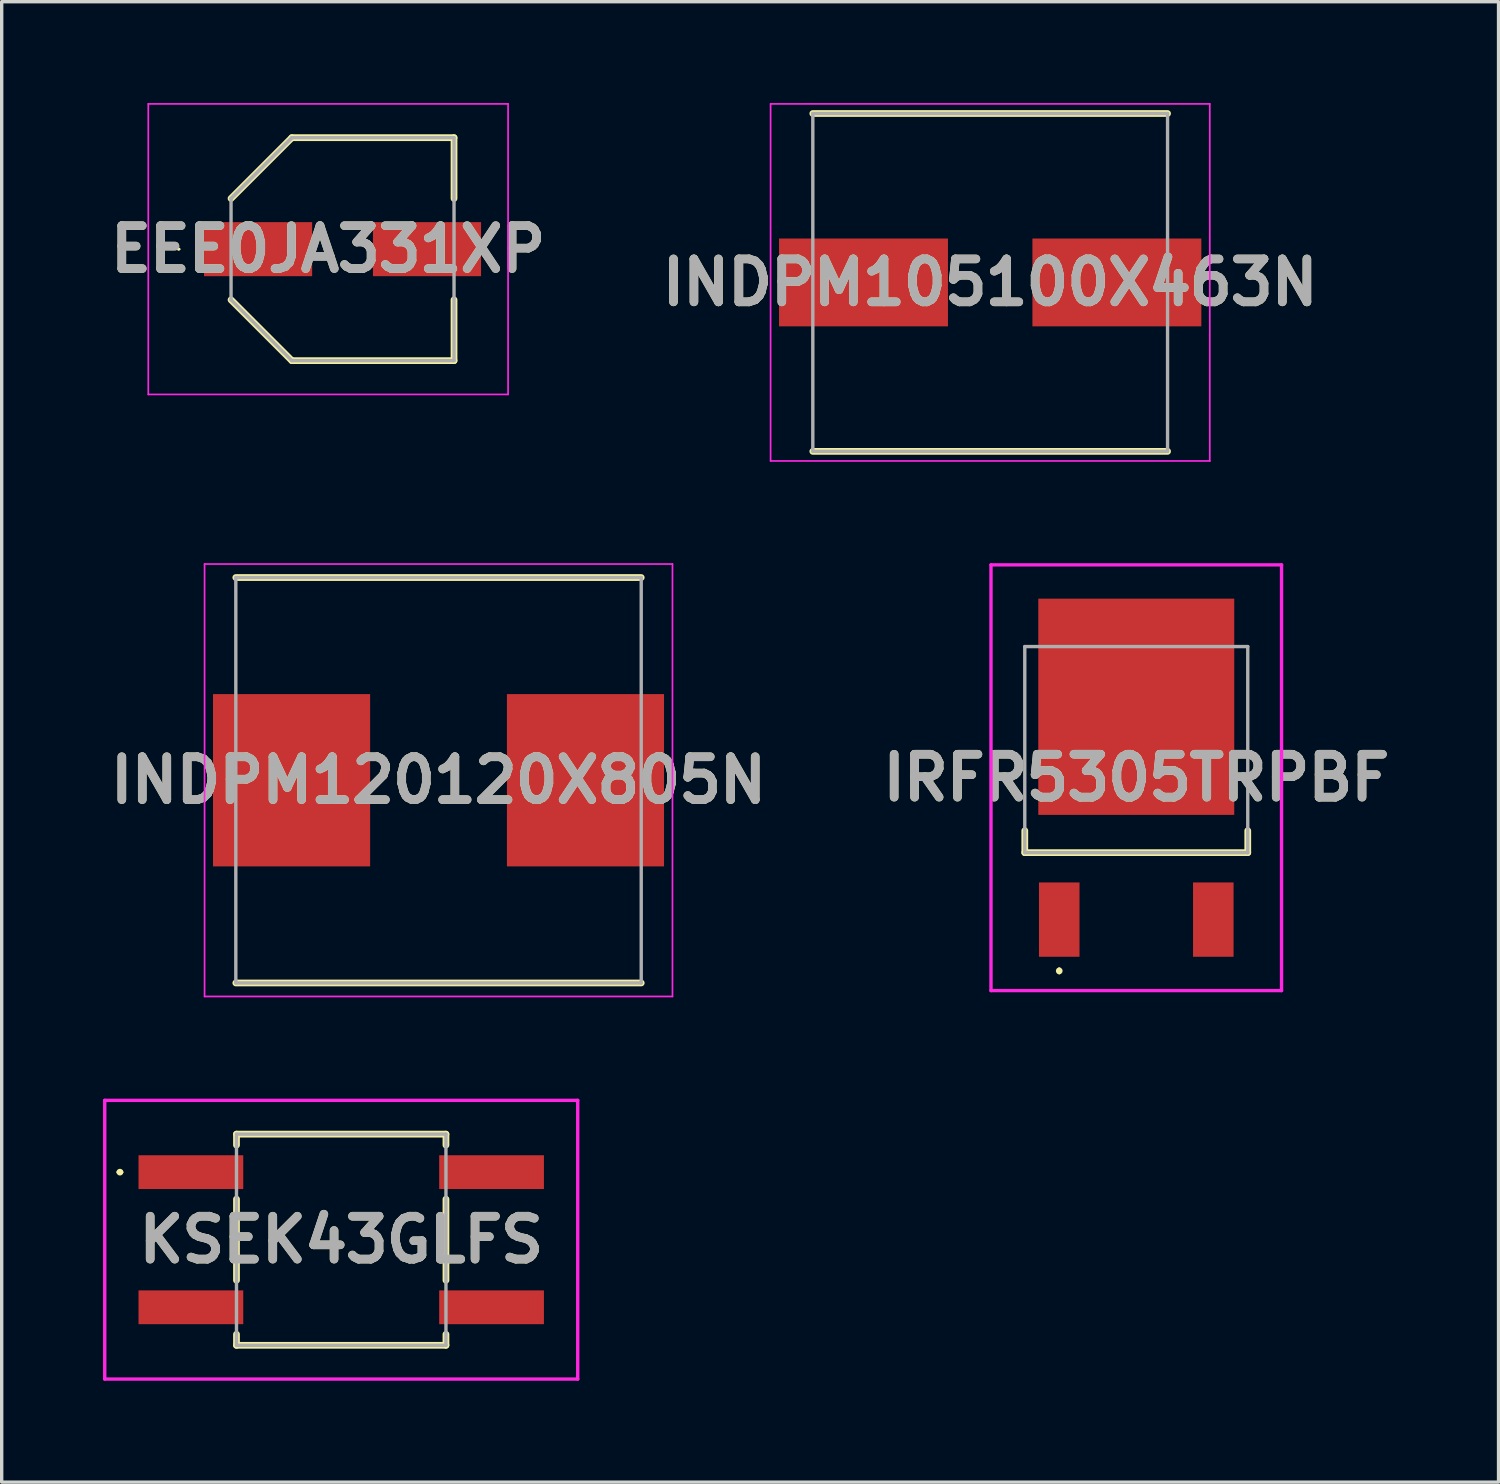
<source format=kicad_pcb>
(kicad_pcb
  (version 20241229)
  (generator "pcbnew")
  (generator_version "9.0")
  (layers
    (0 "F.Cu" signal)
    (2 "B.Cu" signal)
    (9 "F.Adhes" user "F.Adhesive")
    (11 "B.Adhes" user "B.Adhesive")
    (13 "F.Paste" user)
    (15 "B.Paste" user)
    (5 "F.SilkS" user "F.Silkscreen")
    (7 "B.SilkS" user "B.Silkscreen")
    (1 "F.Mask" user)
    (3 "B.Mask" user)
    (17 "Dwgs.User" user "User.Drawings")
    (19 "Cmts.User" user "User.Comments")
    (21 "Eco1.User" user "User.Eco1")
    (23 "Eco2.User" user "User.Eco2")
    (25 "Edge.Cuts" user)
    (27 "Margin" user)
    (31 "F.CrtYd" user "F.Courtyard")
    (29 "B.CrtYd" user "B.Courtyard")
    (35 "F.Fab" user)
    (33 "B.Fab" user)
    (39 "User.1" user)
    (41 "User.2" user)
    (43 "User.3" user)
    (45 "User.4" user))
  (footprint "EEE0JA331XP"
    (layer "F.Cu")
    (at 7.089 4.325)
    (property "Reference" "EEE0JA331XP" (at -0.425 0 0) (layer "F.SilkS") (effects (font (size 1.27 1.27) (thickness 0.254))))
    (attr smd)
    (fp_line (start -4.875 0) (end -4.875 0) (stroke (width 0.05) (type solid)) (layer "F.SilkS"))
    (fp_line (start -4.825 0) (end -4.825 0) (stroke (width 0.05) (type solid)) (layer "F.SilkS"))
    (fp_line (start -3.3 -1.5) (end -1.5 -3.3) (stroke (width 0.2) (type solid)) (layer "F.SilkS"))
    (fp_line (start -3.3 1.5) (end -1.5 3.3) (stroke (width 0.2) (type solid)) (layer "F.SilkS"))
    (fp_line (start -1.5 -3.3) (end 3.3 -3.3) (stroke (width 0.2) (type solid)) (layer "F.SilkS"))
    (fp_line (start -1.5 3.3) (end 3.3 3.3) (stroke (width 0.2) (type solid)) (layer "F.SilkS"))
    (fp_line (start 3.3 -3.3) (end 3.3 -1.5) (stroke (width 0.2) (type solid)) (layer "F.SilkS"))
    (fp_line (start 3.3 3.3) (end 3.3 1.5) (stroke (width 0.2) (type solid)) (layer "F.SilkS"))
    (fp_arc (start -4.875 0) (mid -4.85 -0.025) (end -4.825 0) (stroke (width 0.05) (type solid)) (layer "F.SilkS"))
    (fp_arc (start -4.825 0) (mid -4.85 0.025) (end -4.875 0) (stroke (width 0.05) (type solid)) (layer "F.SilkS"))
    (fp_line (start -5.75 -4.3) (end 4.9 -4.3) (stroke (width 0.05) (type solid)) (layer "F.CrtYd"))
    (fp_line (start -5.75 4.3) (end -5.75 -4.3) (stroke (width 0.05) (type solid)) (layer "F.CrtYd"))
    (fp_line (start 4.9 -4.3) (end 4.9 4.3) (stroke (width 0.05) (type solid)) (layer "F.CrtYd"))
    (fp_line (start 4.9 4.3) (end -5.75 4.3) (stroke (width 0.05) (type solid)) (layer "F.CrtYd"))
    (fp_line (start -3.3 -1.5) (end -1.5 -3.3) (stroke (width 0.1) (type solid)) (layer "F.Fab"))
    (fp_line (start -3.3 -1.5) (end -1.5 -3.3) (stroke (width 0.1) (type solid)) (layer "F.Fab"))
    (fp_line (start -3.3 1.5) (end -3.3 -1.5) (stroke (width 0.1) (type solid)) (layer "F.Fab"))
    (fp_line (start -1.5 -3.3) (end 3.3 -3.3) (stroke (width 0.1) (type solid)) (layer "F.Fab"))
    (fp_line (start -1.5 3.3) (end -3.3 1.5) (stroke (width 0.1) (type solid)) (layer "F.Fab"))
    (fp_line (start 3.3 -3.3) (end 3.3 3.3) (stroke (width 0.1) (type solid)) (layer "F.Fab"))
    (fp_line (start 3.3 3.3) (end -1.5 3.3) (stroke (width 0.1) (type solid)) (layer "F.Fab"))
    (fp_text user "${REFERENCE}" (at -0.425 0 0) (layer "F.Fab") (effects (font (size 1.27 1.27) (thickness 0.254))))
    (pad "1" smd rect (at -2.5 0 90) (size 1.6 3.2) (layers "F.Cu" "F.Mask" "F.Paste"))
    (pad "2" smd rect (at 2.5 0 90) (size 1.6 3.2) (layers "F.Cu" "F.Mask" "F.Paste")))
  (footprint "KSEK43GLFS"
    (layer "F.Cu")
    (at 7.05 33.645)
    (property "Reference" "KSEK43GLFS" (at 0 0 0) (layer "F.SilkS") (effects (font (size 1.27 1.27) (thickness 0.254))))
    (attr smd)
    (fp_line (start -6.6 -2) (end -6.6 -2) (stroke (width 0.1) (type solid)) (layer "F.SilkS"))
    (fp_line (start -6.5 -2) (end -6.5 -2) (stroke (width 0.1) (type solid)) (layer "F.SilkS"))
    (fp_line (start -3.1 -3.125) (end -3.1 -2.8) (stroke (width 0.2) (type solid)) (layer "F.SilkS"))
    (fp_line (start -3.1 -1.2) (end -3.1 1.2) (stroke (width 0.2) (type solid)) (layer "F.SilkS"))
    (fp_line (start -3.1 2.8) (end -3.1 3.125) (stroke (width 0.2) (type solid)) (layer "F.SilkS"))
    (fp_line (start -3.1 3.125) (end 3.1 3.125) (stroke (width 0.2) (type solid)) (layer "F.SilkS"))
    (fp_line (start 3.1 -3.125) (end -3.1 -3.125) (stroke (width 0.2) (type solid)) (layer "F.SilkS"))
    (fp_line (start 3.1 -2.8) (end 3.1 -3.125) (stroke (width 0.2) (type solid)) (layer "F.SilkS"))
    (fp_line (start 3.1 1.2) (end 3.1 -1.2) (stroke (width 0.2) (type solid)) (layer "F.SilkS"))
    (fp_line (start 3.1 3.125) (end 3.1 2.8) (stroke (width 0.2) (type solid)) (layer "F.SilkS"))
    (fp_arc (start -6.6 -2) (mid -6.55 -2.05) (end -6.5 -2) (stroke (width 0.1) (type solid)) (layer "F.SilkS"))
    (fp_arc (start -6.5 -2) (mid -6.55 -1.95) (end -6.6 -2) (stroke (width 0.1) (type solid)) (layer "F.SilkS"))
    (fp_line (start -7 -4.125) (end 7 -4.125) (stroke (width 0.1) (type solid)) (layer "F.CrtYd"))
    (fp_line (start -7 4.125) (end -7 -4.125) (stroke (width 0.1) (type solid)) (layer "F.CrtYd"))
    (fp_line (start 7 -4.125) (end 7 4.125) (stroke (width 0.1) (type solid)) (layer "F.CrtYd"))
    (fp_line (start 7 4.125) (end -7 4.125) (stroke (width 0.1) (type solid)) (layer "F.CrtYd"))
    (fp_line (start -3.1 -3.125) (end 3.1 -3.125) (stroke (width 0.1) (type solid)) (layer "F.Fab"))
    (fp_line (start -3.1 3.125) (end -3.1 -3.125) (stroke (width 0.1) (type solid)) (layer "F.Fab"))
    (fp_line (start 3.1 -3.125) (end 3.1 3.125) (stroke (width 0.1) (type solid)) (layer "F.Fab"))
    (fp_line (start 3.1 3.125) (end -3.1 3.125) (stroke (width 0.1) (type solid)) (layer "F.Fab"))
    (fp_text user "${REFERENCE}" (at 0 0 0) (layer "F.Fab") (effects (font (size 1.27 1.27) (thickness 0.254))))
    (pad "1" smd rect (at -4.45 -2 90) (size 1 3.1) (layers "F.Cu" "F.Mask" "F.Paste"))
    (pad "2" smd rect (at -4.45 2 90) (size 1 3.1) (layers "F.Cu" "F.Mask" "F.Paste"))
    (pad "3" smd rect (at 4.45 2 90) (size 1 3.1) (layers "F.Cu" "F.Mask" "F.Paste"))
    (pad "4" smd rect (at 4.45 -2 90) (size 1 3.1) (layers "F.Cu" "F.Mask" "F.Paste")))
  (footprint "INDPM120120X805N"
    (layer "F.Cu")
    (at 9.93 20.045)
    (property "Reference" "INDPM120120X805N" (at 0 0 0) (layer "F.SilkS") (effects (font (size 1.27 1.27) (thickness 0.254))))
    (attr smd)
    (fp_line (start -6 6) (end 6 6) (stroke (width 0.2) (type solid)) (layer "F.SilkS"))
    (fp_line (start 6 -6) (end -6 -6) (stroke (width 0.2) (type solid)) (layer "F.SilkS"))
    (fp_line (start -6.925 -6.4) (end 6.925 -6.4) (stroke (width 0.05) (type solid)) (layer "F.CrtYd"))
    (fp_line (start -6.925 6.4) (end -6.925 -6.4) (stroke (width 0.05) (type solid)) (layer "F.CrtYd"))
    (fp_line (start 6.925 -6.4) (end 6.925 6.4) (stroke (width 0.05) (type solid)) (layer "F.CrtYd"))
    (fp_line (start 6.925 6.4) (end -6.925 6.4) (stroke (width 0.05) (type solid)) (layer "F.CrtYd"))
    (fp_line (start -6 -6) (end 6 -6) (stroke (width 0.1) (type solid)) (layer "F.Fab"))
    (fp_line (start -6 6) (end -6 -6) (stroke (width 0.1) (type solid)) (layer "F.Fab"))
    (fp_line (start 6 -6) (end 6 6) (stroke (width 0.1) (type solid)) (layer "F.Fab"))
    (fp_line (start 6 6) (end -6 6) (stroke (width 0.1) (type solid)) (layer "F.Fab"))
    (fp_text user "${REFERENCE}" (at 0 0 0) (layer "F.Fab") (effects (font (size 1.27 1.27) (thickness 0.254))))
    (pad "1" smd rect (at -4.35 0) (size 4.65 5.1) (layers "F.Cu" "F.Mask" "F.Paste"))
    (pad "2" smd rect (at 4.35 0) (size 4.65 5.1) (layers "F.Cu" "F.Mask" "F.Paste")))
  (footprint "IRFR5305TRPBF"
    (layer "F.Cu")
    (at 30.583 19.138)
    (property "Reference" "IRFR5305TRPBF" (at 0 0.833 0) (layer "F.SilkS") (effects (font (size 1.27 1.27) (thickness 0.254))))
    (attr smd)
    (fp_line (start -3.3 2.4) (end -3.3 3.05) (stroke (width 0.2) (type solid)) (layer "F.SilkS"))
    (fp_line (start -3.3 3.05) (end 3.3 3.05) (stroke (width 0.2) (type solid)) (layer "F.SilkS"))
    (fp_line (start -2.28 6.5) (end -2.28 6.5) (stroke (width 0.1) (type solid)) (layer "F.SilkS"))
    (fp_line (start -2.28 6.6) (end -2.28 6.6) (stroke (width 0.1) (type solid)) (layer "F.SilkS"))
    (fp_line (start 3.3 3.05) (end 3.3 2.4) (stroke (width 0.2) (type solid)) (layer "F.SilkS"))
    (fp_arc (start -2.28 6.5) (mid -2.23 6.55) (end -2.28 6.6) (stroke (width 0.1) (type solid)) (layer "F.SilkS"))
    (fp_arc (start -2.28 6.6) (mid -2.33 6.55) (end -2.28 6.5) (stroke (width 0.1) (type solid)) (layer "F.SilkS"))
    (fp_line (start -4.3 -5.468) (end 4.3 -5.468) (stroke (width 0.1) (type solid)) (layer "F.CrtYd"))
    (fp_line (start -4.3 7.133) (end -4.3 -5.468) (stroke (width 0.1) (type solid)) (layer "F.CrtYd"))
    (fp_line (start 4.3 -5.468) (end 4.3 7.133) (stroke (width 0.1) (type solid)) (layer "F.CrtYd"))
    (fp_line (start 4.3 7.133) (end -4.3 7.133) (stroke (width 0.1) (type solid)) (layer "F.CrtYd"))
    (fp_line (start -3.3 -3.05) (end -3.3 3.05) (stroke (width 0.1) (type solid)) (layer "F.Fab"))
    (fp_line (start -3.3 3.05) (end 3.3 3.05) (stroke (width 0.1) (type solid)) (layer "F.Fab"))
    (fp_line (start 3.3 -3.05) (end -3.3 -3.05) (stroke (width 0.1) (type solid)) (layer "F.Fab"))
    (fp_line (start 3.3 3.05) (end 3.3 -3.05) (stroke (width 0.1) (type solid)) (layer "F.Fab"))
    (fp_text user "${REFERENCE}" (at 0 0.833 0) (layer "F.Fab") (effects (font (size 1.27 1.27) (thickness 0.254))))
    (pad "1" smd rect (at -2.28 5.032) (size 1.2 2.2) (layers "F.Cu" "F.Mask" "F.Paste"))
    (pad "2" smd rect (at 0 -1.268) (size 5.8 6.4) (layers "F.Cu" "F.Mask" "F.Paste"))
    (pad "3" smd rect (at 2.28 5.032) (size 1.2 2.2) (layers "F.Cu" "F.Mask" "F.Paste")))
  (footprint "INDPM105100X463N"
    (layer "F.Cu")
    (at 26.259 5.31)
    (property "Reference" "INDPM105100X463N" (at 0 0 0) (layer "F.SilkS") (effects (font (size 1.27 1.27) (thickness 0.254))))
    (attr smd)
    (fp_line (start -5.25 5) (end 5.25 5) (stroke (width 0.2) (type solid)) (layer "F.SilkS"))
    (fp_line (start 5.25 -5) (end -5.25 -5) (stroke (width 0.2) (type solid)) (layer "F.SilkS"))
    (fp_line (start -6.5 -5.285) (end 6.5 -5.285) (stroke (width 0.05) (type solid)) (layer "F.CrtYd"))
    (fp_line (start -6.5 5.285) (end -6.5 -5.285) (stroke (width 0.05) (type solid)) (layer "F.CrtYd"))
    (fp_line (start 6.5 -5.285) (end 6.5 5.285) (stroke (width 0.05) (type solid)) (layer "F.CrtYd"))
    (fp_line (start 6.5 5.285) (end -6.5 5.285) (stroke (width 0.05) (type solid)) (layer "F.CrtYd"))
    (fp_line (start -5.25 -5) (end 5.25 -5) (stroke (width 0.1) (type solid)) (layer "F.Fab"))
    (fp_line (start -5.25 5) (end -5.25 -5) (stroke (width 0.1) (type solid)) (layer "F.Fab"))
    (fp_line (start 5.25 -5) (end 5.25 5) (stroke (width 0.1) (type solid)) (layer "F.Fab"))
    (fp_line (start 5.25 5) (end -5.25 5) (stroke (width 0.1) (type solid)) (layer "F.Fab"))
    (fp_text user "${REFERENCE}" (at 0 0 0) (layer "F.Fab") (effects (font (size 1.27 1.27) (thickness 0.254))))
    (pad "1" smd rect (at -3.75 0 90) (size 2.6 5) (layers "F.Cu" "F.Mask" "F.Paste"))
    (pad "2" smd rect (at 3.75 0 90) (size 2.6 5) (layers "F.Cu" "F.Mask" "F.Paste")))
  (gr_rect
    (start -3 -3)
    (end 41.306 40.82)
    (stroke (width 0.1) (type default))
    (fill no)
    (layer "Edge.Cuts")))
</source>
